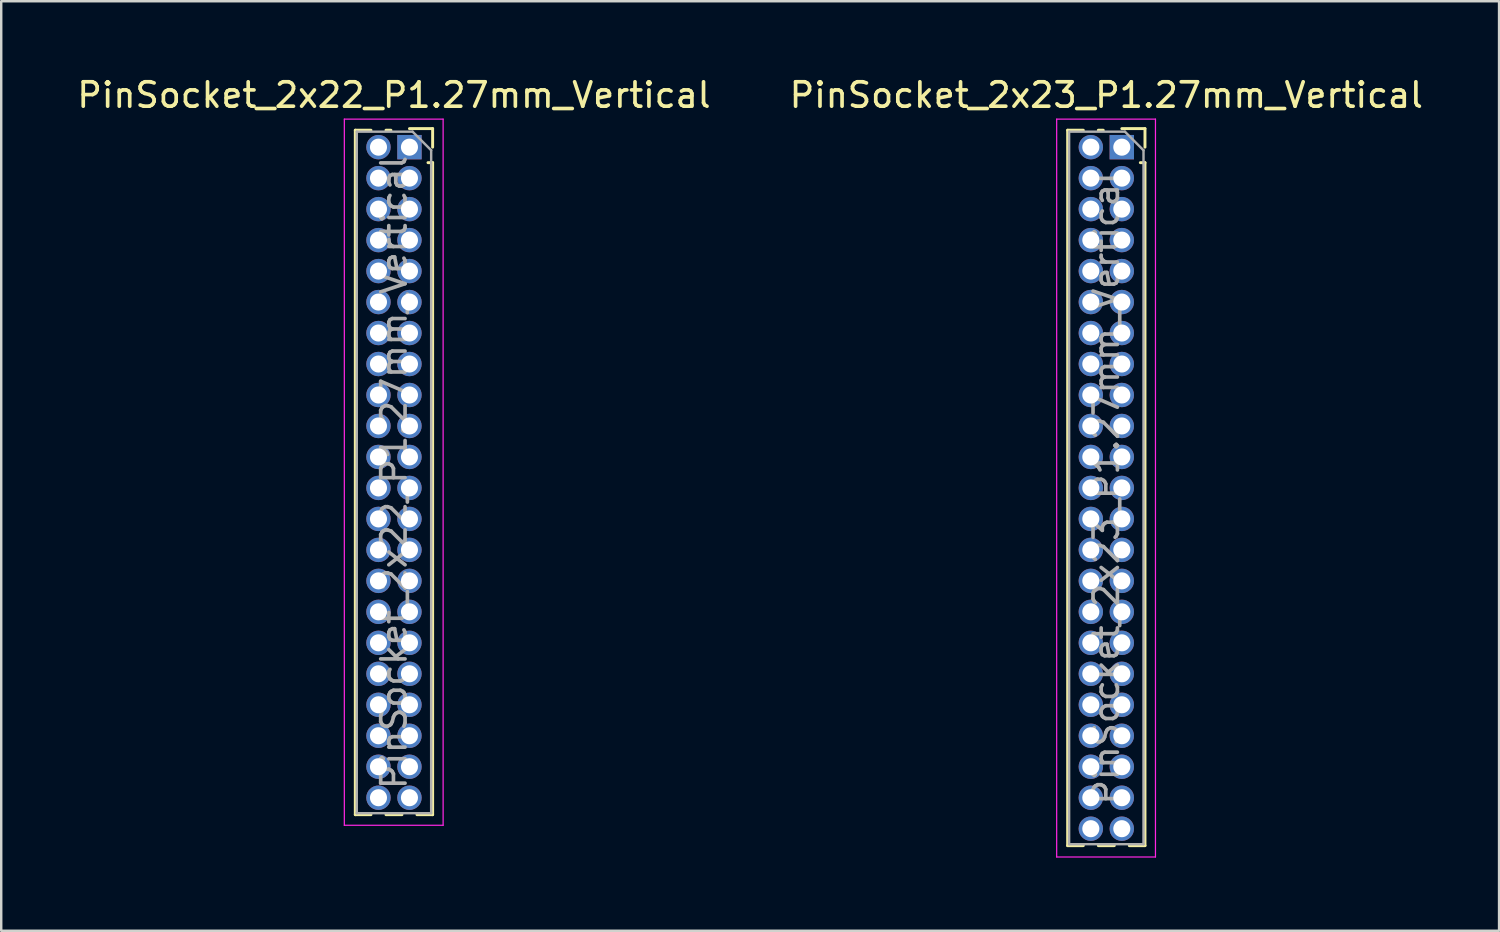
<source format=kicad_pcb>
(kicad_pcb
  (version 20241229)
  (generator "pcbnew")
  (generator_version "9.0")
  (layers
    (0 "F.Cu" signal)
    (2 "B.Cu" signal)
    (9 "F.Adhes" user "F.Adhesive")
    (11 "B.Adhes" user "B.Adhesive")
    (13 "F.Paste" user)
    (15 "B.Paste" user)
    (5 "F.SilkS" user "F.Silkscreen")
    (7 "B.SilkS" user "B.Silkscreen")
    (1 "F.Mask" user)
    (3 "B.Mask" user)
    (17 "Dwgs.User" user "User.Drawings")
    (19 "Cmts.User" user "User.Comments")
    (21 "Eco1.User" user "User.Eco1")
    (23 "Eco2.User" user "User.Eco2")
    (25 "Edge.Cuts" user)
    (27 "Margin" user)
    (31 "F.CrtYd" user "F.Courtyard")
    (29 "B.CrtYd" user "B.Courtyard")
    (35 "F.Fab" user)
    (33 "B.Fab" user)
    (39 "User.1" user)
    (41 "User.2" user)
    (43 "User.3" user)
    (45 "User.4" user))
  (footprint "PinSocket_2x22_P1.27mm_Vertical"
    (layer "F.Cu")
    (at 13.736 2.983)
    (property "Reference" "PinSocket_2x22_P1.27mm_Vertical" (at -0.635 -2.135 0) (layer "F.SilkS") (effects (font (size 1 1) (thickness 0.15))))
    (attr through_hole)
    (fp_line (start -2.22 -0.695) (end -2.22 27.365) (stroke (width 0.12) (type solid)) (layer "F.SilkS"))
    (fp_line (start -2.22 -0.695) (end -1.578 -0.695) (stroke (width 0.12) (type solid)) (layer "F.SilkS"))
    (fp_line (start -2.22 27.365) (end -1.578 27.365) (stroke (width 0.12) (type solid)) (layer "F.SilkS"))
    (fp_line (start -0.962 -0.695) (end -0.76 -0.695) (stroke (width 0.12) (type solid)) (layer "F.SilkS"))
    (fp_line (start -0.962 27.365) (end -0.308 27.365) (stroke (width 0.12) (type solid)) (layer "F.SilkS"))
    (fp_line (start 0 -0.76) (end 0.95 -0.76) (stroke (width 0.12) (type solid)) (layer "F.SilkS"))
    (fp_line (start 0.308 27.365) (end 0.95 27.365) (stroke (width 0.12) (type solid)) (layer "F.SilkS"))
    (fp_line (start 0.76 0.635) (end 0.95 0.635) (stroke (width 0.12) (type solid)) (layer "F.SilkS"))
    (fp_line (start 0.95 -0.76) (end 0.95 0) (stroke (width 0.12) (type solid)) (layer "F.SilkS"))
    (fp_line (start 0.95 0.635) (end 0.95 27.365) (stroke (width 0.12) (type solid)) (layer "F.SilkS"))
    (fp_line (start -2.67 -1.15) (end 1.38 -1.15) (stroke (width 0.05) (type solid)) (layer "F.CrtYd"))
    (fp_line (start -2.67 27.8) (end -2.67 -1.15) (stroke (width 0.05) (type solid)) (layer "F.CrtYd"))
    (fp_line (start 1.38 -1.15) (end 1.38 27.8) (stroke (width 0.05) (type solid)) (layer "F.CrtYd"))
    (fp_line (start 1.38 27.8) (end -2.67 27.8) (stroke (width 0.05) (type solid)) (layer "F.CrtYd"))
    (fp_line (start -2.16 -0.635) (end 0.128 -0.635) (stroke (width 0.1) (type solid)) (layer "F.Fab"))
    (fp_line (start -2.16 27.305) (end -2.16 -0.635) (stroke (width 0.1) (type solid)) (layer "F.Fab"))
    (fp_line (start 0.128 -0.635) (end 0.89 0.128) (stroke (width 0.1) (type solid)) (layer "F.Fab"))
    (fp_line (start 0.89 0.128) (end 0.89 27.305) (stroke (width 0.1) (type solid)) (layer "F.Fab"))
    (fp_line (start 0.89 27.305) (end -2.16 27.305) (stroke (width 0.1) (type solid)) (layer "F.Fab"))
    (fp_text user "${REFERENCE}" (at -0.635 13.335 90) (layer "F.Fab") (effects (font (size 1 1) (thickness 0.15))))
    (pad "1" thru_hole rect (at 0 0) (size 1 1) (drill 0.7) (layers "*.Cu" "*.Mask"))
    (pad "2" thru_hole oval (at -1.27 0) (size 1 1) (drill 0.7) (layers "*.Cu" "*.Mask"))
    (pad "3" thru_hole oval (at 0 1.27) (size 1 1) (drill 0.7) (layers "*.Cu" "*.Mask"))
    (pad "4" thru_hole oval (at -1.27 1.27) (size 1 1) (drill 0.7) (layers "*.Cu" "*.Mask"))
    (pad "5" thru_hole oval (at 0 2.54) (size 1 1) (drill 0.7) (layers "*.Cu" "*.Mask"))
    (pad "6" thru_hole oval (at -1.27 2.54) (size 1 1) (drill 0.7) (layers "*.Cu" "*.Mask"))
    (pad "7" thru_hole oval (at 0 3.81) (size 1 1) (drill 0.7) (layers "*.Cu" "*.Mask"))
    (pad "8" thru_hole oval (at -1.27 3.81) (size 1 1) (drill 0.7) (layers "*.Cu" "*.Mask"))
    (pad "9" thru_hole oval (at 0 5.08) (size 1 1) (drill 0.7) (layers "*.Cu" "*.Mask"))
    (pad "10" thru_hole oval (at -1.27 5.08) (size 1 1) (drill 0.7) (layers "*.Cu" "*.Mask"))
    (pad "11" thru_hole oval (at 0 6.35) (size 1 1) (drill 0.7) (layers "*.Cu" "*.Mask"))
    (pad "12" thru_hole oval (at -1.27 6.35) (size 1 1) (drill 0.7) (layers "*.Cu" "*.Mask"))
    (pad "13" thru_hole oval (at 0 7.62) (size 1 1) (drill 0.7) (layers "*.Cu" "*.Mask"))
    (pad "14" thru_hole oval (at -1.27 7.62) (size 1 1) (drill 0.7) (layers "*.Cu" "*.Mask"))
    (pad "15" thru_hole oval (at 0 8.89) (size 1 1) (drill 0.7) (layers "*.Cu" "*.Mask"))
    (pad "16" thru_hole oval (at -1.27 8.89) (size 1 1) (drill 0.7) (layers "*.Cu" "*.Mask"))
    (pad "17" thru_hole oval (at 0 10.16) (size 1 1) (drill 0.7) (layers "*.Cu" "*.Mask"))
    (pad "18" thru_hole oval (at -1.27 10.16) (size 1 1) (drill 0.7) (layers "*.Cu" "*.Mask"))
    (pad "19" thru_hole oval (at 0 11.43) (size 1 1) (drill 0.7) (layers "*.Cu" "*.Mask"))
    (pad "20" thru_hole oval (at -1.27 11.43) (size 1 1) (drill 0.7) (layers "*.Cu" "*.Mask"))
    (pad "21" thru_hole oval (at 0 12.7) (size 1 1) (drill 0.7) (layers "*.Cu" "*.Mask"))
    (pad "22" thru_hole oval (at -1.27 12.7) (size 1 1) (drill 0.7) (layers "*.Cu" "*.Mask"))
    (pad "23" thru_hole oval (at 0 13.97) (size 1 1) (drill 0.7) (layers "*.Cu" "*.Mask"))
    (pad "24" thru_hole oval (at -1.27 13.97) (size 1 1) (drill 0.7) (layers "*.Cu" "*.Mask"))
    (pad "25" thru_hole oval (at 0 15.24) (size 1 1) (drill 0.7) (layers "*.Cu" "*.Mask"))
    (pad "26" thru_hole oval (at -1.27 15.24) (size 1 1) (drill 0.7) (layers "*.Cu" "*.Mask"))
    (pad "27" thru_hole oval (at 0 16.51) (size 1 1) (drill 0.7) (layers "*.Cu" "*.Mask"))
    (pad "28" thru_hole oval (at -1.27 16.51) (size 1 1) (drill 0.7) (layers "*.Cu" "*.Mask"))
    (pad "29" thru_hole oval (at 0 17.78) (size 1 1) (drill 0.7) (layers "*.Cu" "*.Mask"))
    (pad "30" thru_hole oval (at -1.27 17.78) (size 1 1) (drill 0.7) (layers "*.Cu" "*.Mask"))
    (pad "31" thru_hole oval (at 0 19.05) (size 1 1) (drill 0.7) (layers "*.Cu" "*.Mask"))
    (pad "32" thru_hole oval (at -1.27 19.05) (size 1 1) (drill 0.7) (layers "*.Cu" "*.Mask"))
    (pad "33" thru_hole oval (at 0 20.32) (size 1 1) (drill 0.7) (layers "*.Cu" "*.Mask"))
    (pad "34" thru_hole oval (at -1.27 20.32) (size 1 1) (drill 0.7) (layers "*.Cu" "*.Mask"))
    (pad "35" thru_hole oval (at 0 21.59) (size 1 1) (drill 0.7) (layers "*.Cu" "*.Mask"))
    (pad "36" thru_hole oval (at -1.27 21.59) (size 1 1) (drill 0.7) (layers "*.Cu" "*.Mask"))
    (pad "37" thru_hole oval (at 0 22.86) (size 1 1) (drill 0.7) (layers "*.Cu" "*.Mask"))
    (pad "38" thru_hole oval (at -1.27 22.86) (size 1 1) (drill 0.7) (layers "*.Cu" "*.Mask"))
    (pad "39" thru_hole oval (at 0 24.13) (size 1 1) (drill 0.7) (layers "*.Cu" "*.Mask"))
    (pad "40" thru_hole oval (at -1.27 24.13) (size 1 1) (drill 0.7) (layers "*.Cu" "*.Mask"))
    (pad "41" thru_hole oval (at 0 25.4) (size 1 1) (drill 0.7) (layers "*.Cu" "*.Mask"))
    (pad "42" thru_hole oval (at -1.27 25.4) (size 1 1) (drill 0.7) (layers "*.Cu" "*.Mask"))
    (pad "43" thru_hole oval (at 0 26.67) (size 1 1) (drill 0.7) (layers "*.Cu" "*.Mask"))
    (pad "44" thru_hole oval (at -1.27 26.67) (size 1 1) (drill 0.7) (layers "*.Cu" "*.Mask")))
  (footprint "PinSocket_2x23_P1.27mm_Vertical"
    (layer "F.Cu")
    (at 42.939 2.983)
    (property "Reference" "PinSocket_2x23_P1.27mm_Vertical" (at -0.635 -2.135 0) (layer "F.SilkS") (effects (font (size 1 1) (thickness 0.15))))
    (attr through_hole)
    (fp_line (start -2.22 -0.695) (end -2.22 28.635) (stroke (width 0.12) (type solid)) (layer "F.SilkS"))
    (fp_line (start -2.22 -0.695) (end -1.578 -0.695) (stroke (width 0.12) (type solid)) (layer "F.SilkS"))
    (fp_line (start -2.22 28.635) (end -1.578 28.635) (stroke (width 0.12) (type solid)) (layer "F.SilkS"))
    (fp_line (start -0.962 -0.695) (end -0.76 -0.695) (stroke (width 0.12) (type solid)) (layer "F.SilkS"))
    (fp_line (start -0.962 28.635) (end -0.308 28.635) (stroke (width 0.12) (type solid)) (layer "F.SilkS"))
    (fp_line (start 0 -0.76) (end 0.95 -0.76) (stroke (width 0.12) (type solid)) (layer "F.SilkS"))
    (fp_line (start 0.308 28.635) (end 0.95 28.635) (stroke (width 0.12) (type solid)) (layer "F.SilkS"))
    (fp_line (start 0.76 0.635) (end 0.95 0.635) (stroke (width 0.12) (type solid)) (layer "F.SilkS"))
    (fp_line (start 0.95 -0.76) (end 0.95 0) (stroke (width 0.12) (type solid)) (layer "F.SilkS"))
    (fp_line (start 0.95 0.635) (end 0.95 28.635) (stroke (width 0.12) (type solid)) (layer "F.SilkS"))
    (fp_line (start -2.67 -1.15) (end 1.38 -1.15) (stroke (width 0.05) (type solid)) (layer "F.CrtYd"))
    (fp_line (start -2.67 29.1) (end -2.67 -1.15) (stroke (width 0.05) (type solid)) (layer "F.CrtYd"))
    (fp_line (start 1.38 -1.15) (end 1.38 29.1) (stroke (width 0.05) (type solid)) (layer "F.CrtYd"))
    (fp_line (start 1.38 29.1) (end -2.67 29.1) (stroke (width 0.05) (type solid)) (layer "F.CrtYd"))
    (fp_line (start -2.16 -0.635) (end 0.128 -0.635) (stroke (width 0.1) (type solid)) (layer "F.Fab"))
    (fp_line (start -2.16 28.575) (end -2.16 -0.635) (stroke (width 0.1) (type solid)) (layer "F.Fab"))
    (fp_line (start 0.128 -0.635) (end 0.89 0.128) (stroke (width 0.1) (type solid)) (layer "F.Fab"))
    (fp_line (start 0.89 0.128) (end 0.89 28.575) (stroke (width 0.1) (type solid)) (layer "F.Fab"))
    (fp_line (start 0.89 28.575) (end -2.16 28.575) (stroke (width 0.1) (type solid)) (layer "F.Fab"))
    (fp_text user "${REFERENCE}" (at -0.635 13.97 90) (layer "F.Fab") (effects (font (size 1 1) (thickness 0.15))))
    (pad "1" thru_hole rect (at 0 0) (size 1 1) (drill 0.7) (layers "*.Cu" "*.Mask"))
    (pad "2" thru_hole oval (at -1.27 0) (size 1 1) (drill 0.7) (layers "*.Cu" "*.Mask"))
    (pad "3" thru_hole oval (at 0 1.27) (size 1 1) (drill 0.7) (layers "*.Cu" "*.Mask"))
    (pad "4" thru_hole oval (at -1.27 1.27) (size 1 1) (drill 0.7) (layers "*.Cu" "*.Mask"))
    (pad "5" thru_hole oval (at 0 2.54) (size 1 1) (drill 0.7) (layers "*.Cu" "*.Mask"))
    (pad "6" thru_hole oval (at -1.27 2.54) (size 1 1) (drill 0.7) (layers "*.Cu" "*.Mask"))
    (pad "7" thru_hole oval (at 0 3.81) (size 1 1) (drill 0.7) (layers "*.Cu" "*.Mask"))
    (pad "8" thru_hole oval (at -1.27 3.81) (size 1 1) (drill 0.7) (layers "*.Cu" "*.Mask"))
    (pad "9" thru_hole oval (at 0 5.08) (size 1 1) (drill 0.7) (layers "*.Cu" "*.Mask"))
    (pad "10" thru_hole oval (at -1.27 5.08) (size 1 1) (drill 0.7) (layers "*.Cu" "*.Mask"))
    (pad "11" thru_hole oval (at 0 6.35) (size 1 1) (drill 0.7) (layers "*.Cu" "*.Mask"))
    (pad "12" thru_hole oval (at -1.27 6.35) (size 1 1) (drill 0.7) (layers "*.Cu" "*.Mask"))
    (pad "13" thru_hole oval (at 0 7.62) (size 1 1) (drill 0.7) (layers "*.Cu" "*.Mask"))
    (pad "14" thru_hole oval (at -1.27 7.62) (size 1 1) (drill 0.7) (layers "*.Cu" "*.Mask"))
    (pad "15" thru_hole oval (at 0 8.89) (size 1 1) (drill 0.7) (layers "*.Cu" "*.Mask"))
    (pad "16" thru_hole oval (at -1.27 8.89) (size 1 1) (drill 0.7) (layers "*.Cu" "*.Mask"))
    (pad "17" thru_hole oval (at 0 10.16) (size 1 1) (drill 0.7) (layers "*.Cu" "*.Mask"))
    (pad "18" thru_hole oval (at -1.27 10.16) (size 1 1) (drill 0.7) (layers "*.Cu" "*.Mask"))
    (pad "19" thru_hole oval (at 0 11.43) (size 1 1) (drill 0.7) (layers "*.Cu" "*.Mask"))
    (pad "20" thru_hole oval (at -1.27 11.43) (size 1 1) (drill 0.7) (layers "*.Cu" "*.Mask"))
    (pad "21" thru_hole oval (at 0 12.7) (size 1 1) (drill 0.7) (layers "*.Cu" "*.Mask"))
    (pad "22" thru_hole oval (at -1.27 12.7) (size 1 1) (drill 0.7) (layers "*.Cu" "*.Mask"))
    (pad "23" thru_hole oval (at 0 13.97) (size 1 1) (drill 0.7) (layers "*.Cu" "*.Mask"))
    (pad "24" thru_hole oval (at -1.27 13.97) (size 1 1) (drill 0.7) (layers "*.Cu" "*.Mask"))
    (pad "25" thru_hole oval (at 0 15.24) (size 1 1) (drill 0.7) (layers "*.Cu" "*.Mask"))
    (pad "26" thru_hole oval (at -1.27 15.24) (size 1 1) (drill 0.7) (layers "*.Cu" "*.Mask"))
    (pad "27" thru_hole oval (at 0 16.51) (size 1 1) (drill 0.7) (layers "*.Cu" "*.Mask"))
    (pad "28" thru_hole oval (at -1.27 16.51) (size 1 1) (drill 0.7) (layers "*.Cu" "*.Mask"))
    (pad "29" thru_hole oval (at 0 17.78) (size 1 1) (drill 0.7) (layers "*.Cu" "*.Mask"))
    (pad "30" thru_hole oval (at -1.27 17.78) (size 1 1) (drill 0.7) (layers "*.Cu" "*.Mask"))
    (pad "31" thru_hole oval (at 0 19.05) (size 1 1) (drill 0.7) (layers "*.Cu" "*.Mask"))
    (pad "32" thru_hole oval (at -1.27 19.05) (size 1 1) (drill 0.7) (layers "*.Cu" "*.Mask"))
    (pad "33" thru_hole oval (at 0 20.32) (size 1 1) (drill 0.7) (layers "*.Cu" "*.Mask"))
    (pad "34" thru_hole oval (at -1.27 20.32) (size 1 1) (drill 0.7) (layers "*.Cu" "*.Mask"))
    (pad "35" thru_hole oval (at 0 21.59) (size 1 1) (drill 0.7) (layers "*.Cu" "*.Mask"))
    (pad "36" thru_hole oval (at -1.27 21.59) (size 1 1) (drill 0.7) (layers "*.Cu" "*.Mask"))
    (pad "37" thru_hole oval (at 0 22.86) (size 1 1) (drill 0.7) (layers "*.Cu" "*.Mask"))
    (pad "38" thru_hole oval (at -1.27 22.86) (size 1 1) (drill 0.7) (layers "*.Cu" "*.Mask"))
    (pad "39" thru_hole oval (at 0 24.13) (size 1 1) (drill 0.7) (layers "*.Cu" "*.Mask"))
    (pad "40" thru_hole oval (at -1.27 24.13) (size 1 1) (drill 0.7) (layers "*.Cu" "*.Mask"))
    (pad "41" thru_hole oval (at 0 25.4) (size 1 1) (drill 0.7) (layers "*.Cu" "*.Mask"))
    (pad "42" thru_hole oval (at -1.27 25.4) (size 1 1) (drill 0.7) (layers "*.Cu" "*.Mask"))
    (pad "43" thru_hole oval (at 0 26.67) (size 1 1) (drill 0.7) (layers "*.Cu" "*.Mask"))
    (pad "44" thru_hole oval (at -1.27 26.67) (size 1 1) (drill 0.7) (layers "*.Cu" "*.Mask"))
    (pad "45" thru_hole oval (at 0 27.94) (size 1 1) (drill 0.7) (layers "*.Cu" "*.Mask"))
    (pad "46" thru_hole oval (at -1.27 27.94) (size 1 1) (drill 0.7) (layers "*.Cu" "*.Mask")))
  (gr_rect
    (start -3 -3)
    (end 58.405 35.108)
    (stroke (width 0.1) (type default))
    (fill no)
    (layer "Edge.Cuts")))
</source>
